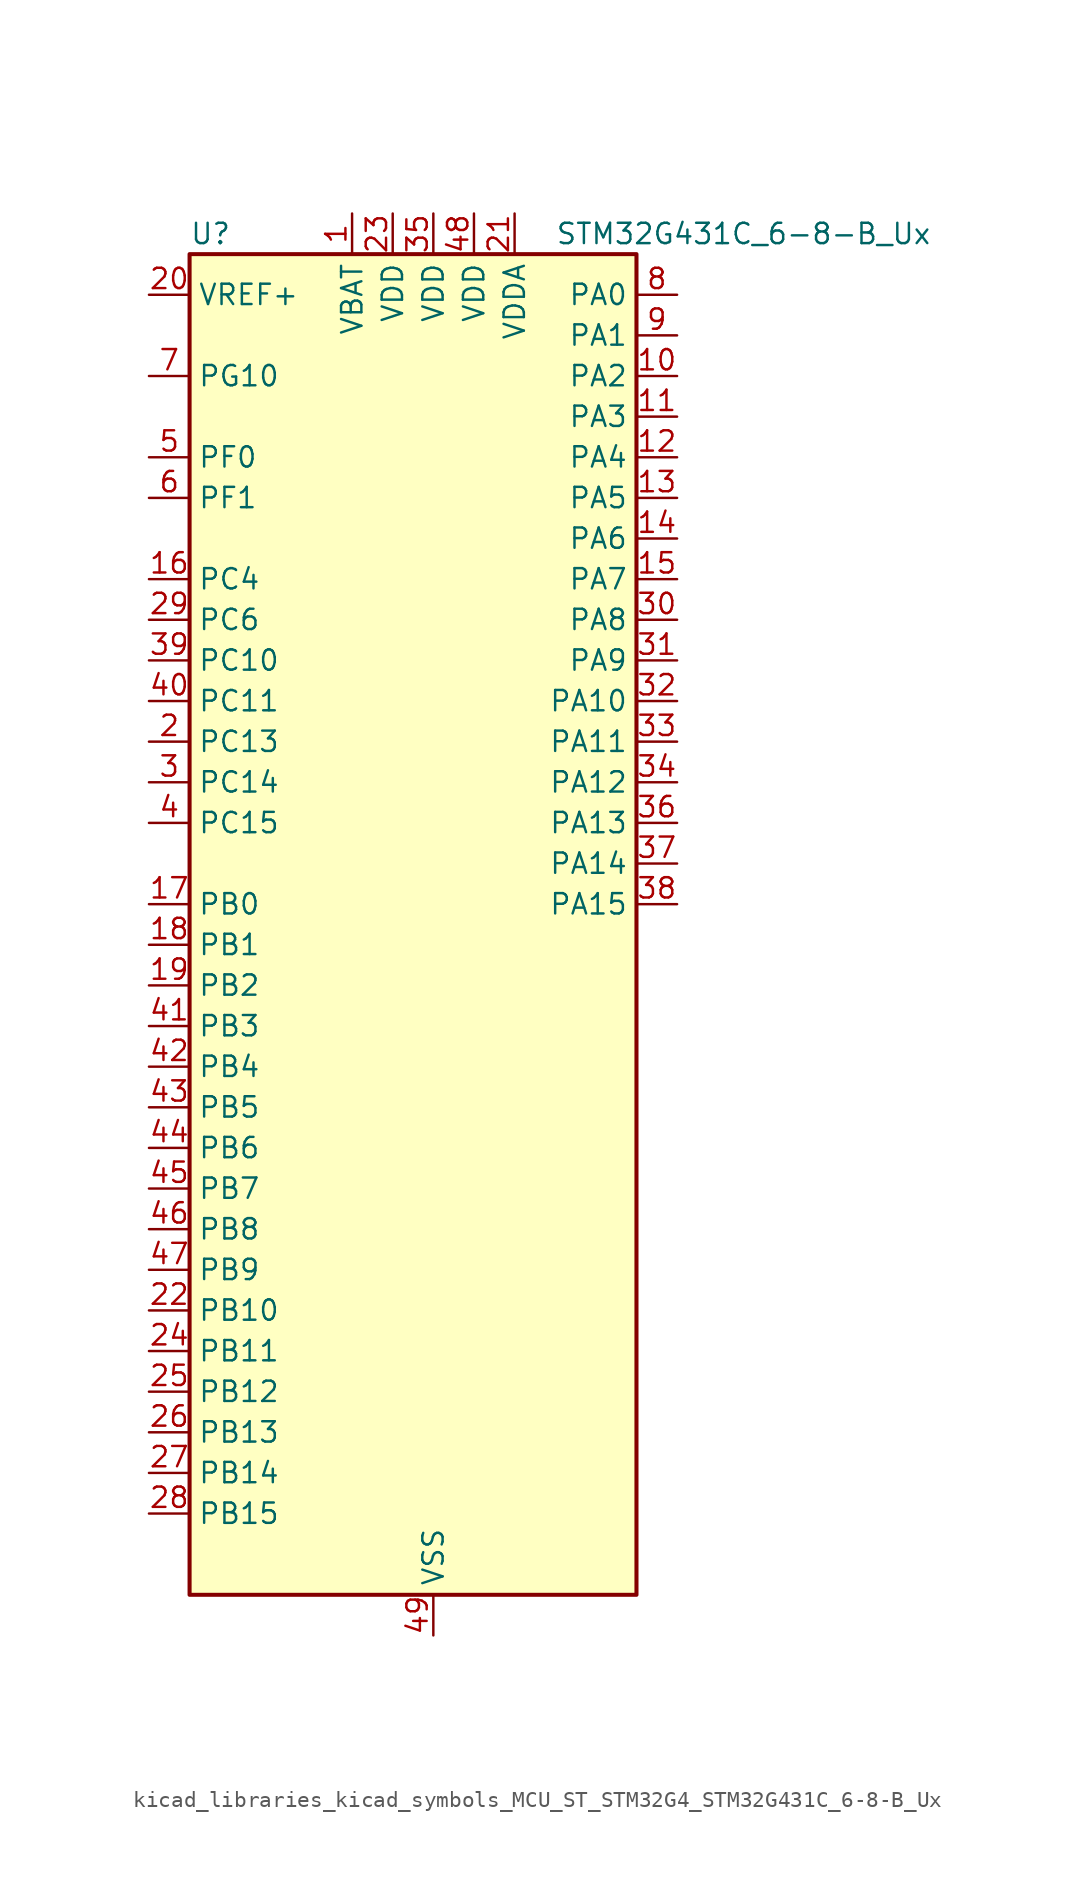
<source format=kicad_sym>
(kicad_symbol_lib
  (version 20220914)
  (generator kicad_symbol_editor)
  (symbol "kicad_libraries_kicad_symbols_MCU_ST_STM32G4_STM32G431C_6-8-B_Ux"
    (property "Reference" "U"
      (at -12.7 44.45 0)
      (effects (font (size 1.27 1.27)) (justify left)))
    (property "Value" "STM32G431C_6-8-B_Ux"
      (at 10.16 44.45 0)
      (effects (font (size 1.27 1.27)) (justify left)))
    (property "ki_locked" ""
      (at 0 0 0)
      (effects (font (size 1.27 1.27))))
    (symbol "kicad_libraries_kicad_symbols_MCU_ST_STM32G4_STM32G431C_6-8-B_Ux_0_1"
      (rectangle (start -12.7 -40.64) (end 15.24 43.18) (stroke (width 0.254) (type default)) (fill (type background))))
    (symbol "kicad_libraries_kicad_symbols_MCU_ST_STM32G4_STM32G431C_6-8-B_Ux_1_1"
      (pin power_in line (at -2.54 45.72 270) (length 2.54) (name "VBAT" (effects (font (size 1.27 1.27)))) (number "1" (effects (font (size 1.27 1.27)))))
      (pin bidirectional line (at 17.78 35.56 180) (length 2.54) (name "PA2" (effects (font (size 1.27 1.27)))) (number "10" (effects (font (size 1.27 1.27)))) (alternate "ADC1_IN3" bidirectional line) (alternate "COMP2_INM" bidirectional line) (alternate "COMP2_OUT" bidirectional line) (alternate "LPUART1_TX" bidirectional line) (alternate "OPAMP1_VOUT" bidirectional line) (alternate "RCC_LSCO" bidirectional line) (alternate "SYS_WKUP4" bidirectional line) (alternate "TIM15_CH1" bidirectional line) (alternate "TIM2_CH3" bidirectional line) (alternate "UCPD1_FRSTX1" bidirectional line) (alternate "UCPD1_FRSTX2" bidirectional line) (alternate "USART2_TX" bidirectional line))
      (pin bidirectional line (at 17.78 33.02 180) (length 2.54) (name "PA3" (effects (font (size 1.27 1.27)))) (number "11" (effects (font (size 1.27 1.27)))) (alternate "ADC1_IN4" bidirectional line) (alternate "COMP2_INP" bidirectional line) (alternate "LPUART1_RX" bidirectional line) (alternate "OPAMP1_VINM" bidirectional line) (alternate "OPAMP1_VINM0" bidirectional line) (alternate "OPAMP1_VINM_SEC" bidirectional line) (alternate "OPAMP1_VINP" bidirectional line) (alternate "OPAMP1_VINP_SEC" bidirectional line) (alternate "SAI1_CK1" bidirectional line) (alternate "SAI1_MCLK_A" bidirectional line) (alternate "TIM15_CH2" bidirectional line) (alternate "TIM2_CH4" bidirectional line) (alternate "USART2_RX" bidirectional line))
      (pin bidirectional line (at 17.78 30.48 180) (length 2.54) (name "PA4" (effects (font (size 1.27 1.27)))) (number "12" (effects (font (size 1.27 1.27)))) (alternate "ADC2_IN17" bidirectional line) (alternate "COMP1_INM" bidirectional line) (alternate "DAC1_OUT1" bidirectional line) (alternate "I2S3_WS" bidirectional line) (alternate "SAI1_FS_B" bidirectional line) (alternate "SPI1_NSS" bidirectional line) (alternate "SPI3_NSS" bidirectional line) (alternate "TIM3_CH2" bidirectional line) (alternate "USART2_CK" bidirectional line))
      (pin bidirectional line (at 17.78 27.94 180) (length 2.54) (name "PA5" (effects (font (size 1.27 1.27)))) (number "13" (effects (font (size 1.27 1.27)))) (alternate "ADC2_IN13" bidirectional line) (alternate "COMP2_INM" bidirectional line) (alternate "DAC1_OUT2" bidirectional line) (alternate "OPAMP2_VINM" bidirectional line) (alternate "OPAMP2_VINM0" bidirectional line) (alternate "OPAMP2_VINM_SEC" bidirectional line) (alternate "SPI1_SCK" bidirectional line) (alternate "TIM2_CH1" bidirectional line) (alternate "TIM2_ETR" bidirectional line) (alternate "UCPD1_FRSTX1" bidirectional line) (alternate "UCPD1_FRSTX2" bidirectional line))
      (pin bidirectional line (at 17.78 25.4 180) (length 2.54) (name "PA6" (effects (font (size 1.27 1.27)))) (number "14" (effects (font (size 1.27 1.27)))) (alternate "ADC2_IN3" bidirectional line) (alternate "COMP1_OUT" bidirectional line) (alternate "LPUART1_CTS" bidirectional line) (alternate "OPAMP2_VOUT" bidirectional line) (alternate "SPI1_MISO" bidirectional line) (alternate "TIM16_CH1" bidirectional line) (alternate "TIM1_BKIN" bidirectional line) (alternate "TIM3_CH1" bidirectional line) (alternate "TIM8_BKIN" bidirectional line))
      (pin bidirectional line (at 17.78 22.86 180) (length 2.54) (name "PA7" (effects (font (size 1.27 1.27)))) (number "15" (effects (font (size 1.27 1.27)))) (alternate "ADC2_IN4" bidirectional line) (alternate "COMP2_INP" bidirectional line) (alternate "COMP2_OUT" bidirectional line) (alternate "OPAMP1_VINP" bidirectional line) (alternate "OPAMP1_VINP_SEC" bidirectional line) (alternate "OPAMP2_VINP" bidirectional line) (alternate "OPAMP2_VINP_SEC" bidirectional line) (alternate "SPI1_MOSI" bidirectional line) (alternate "TIM17_CH1" bidirectional line) (alternate "TIM1_CH1N" bidirectional line) (alternate "TIM3_CH2" bidirectional line) (alternate "TIM8_CH1N" bidirectional line) (alternate "UCPD1_FRSTX1" bidirectional line) (alternate "UCPD1_FRSTX2" bidirectional line))
      (pin bidirectional line (at -15.24 22.86 0) (length 2.54) (name "PC4" (effects (font (size 1.27 1.27)))) (number "16" (effects (font (size 1.27 1.27)))) (alternate "ADC2_IN5" bidirectional line) (alternate "I2C2_SCL" bidirectional line) (alternate "TIM1_ETR" bidirectional line) (alternate "USART1_TX" bidirectional line))
      (pin bidirectional line (at -15.24 2.54 0) (length 2.54) (name "PB0" (effects (font (size 1.27 1.27)))) (number "17" (effects (font (size 1.27 1.27)))) (alternate "ADC1_IN15" bidirectional line) (alternate "COMP4_INP" bidirectional line) (alternate "OPAMP2_VINP" bidirectional line) (alternate "OPAMP2_VINP_SEC" bidirectional line) (alternate "OPAMP3_VINP" bidirectional line) (alternate "OPAMP3_VINP_SEC" bidirectional line) (alternate "TIM1_CH2N" bidirectional line) (alternate "TIM3_CH3" bidirectional line) (alternate "TIM8_CH2N" bidirectional line) (alternate "UCPD1_FRSTX1" bidirectional line) (alternate "UCPD1_FRSTX2" bidirectional line))
      (pin bidirectional line (at -15.24 0 0) (length 2.54) (name "PB1" (effects (font (size 1.27 1.27)))) (number "18" (effects (font (size 1.27 1.27)))) (alternate "ADC1_IN12" bidirectional line) (alternate "COMP1_INP" bidirectional line) (alternate "COMP4_OUT" bidirectional line) (alternate "LPUART1_DE" bidirectional line) (alternate "LPUART1_RTS" bidirectional line) (alternate "OPAMP3_VOUT" bidirectional line) (alternate "TIM1_CH3N" bidirectional line) (alternate "TIM3_CH4" bidirectional line) (alternate "TIM8_CH3N" bidirectional line))
      (pin bidirectional line (at -15.24 -2.54 0) (length 2.54) (name "PB2" (effects (font (size 1.27 1.27)))) (number "19" (effects (font (size 1.27 1.27)))) (alternate "ADC2_IN12" bidirectional line) (alternate "COMP4_INM" bidirectional line) (alternate "I2C3_SMBA" bidirectional line) (alternate "LPTIM1_OUT" bidirectional line) (alternate "OPAMP3_VINM" bidirectional line) (alternate "OPAMP3_VINM0" bidirectional line) (alternate "OPAMP3_VINM_SEC" bidirectional line) (alternate "RTC_OUT2" bidirectional line))
      (pin bidirectional line (at -15.24 12.7 0) (length 2.54) (name "PC13" (effects (font (size 1.27 1.27)))) (number "2" (effects (font (size 1.27 1.27)))) (alternate "RTC_OUT1" bidirectional line) (alternate "RTC_TAMP1" bidirectional line) (alternate "RTC_TS" bidirectional line) (alternate "SYS_WKUP2" bidirectional line) (alternate "TIM1_BKIN" bidirectional line) (alternate "TIM1_CH1N" bidirectional line) (alternate "TIM8_CH4N" bidirectional line))
      (pin input line (at -15.24 40.64 0) (length 2.54) (name "VREF+" (effects (font (size 1.27 1.27)))) (number "20" (effects (font (size 1.27 1.27)))) (alternate "VREFBUF_OUT" bidirectional line))
      (pin power_in line (at 7.62 45.72 270) (length 2.54) (name "VDDA" (effects (font (size 1.27 1.27)))) (number "21" (effects (font (size 1.27 1.27)))))
      (pin bidirectional line (at -15.24 -22.86 0) (length 2.54) (name "PB10" (effects (font (size 1.27 1.27)))) (number "22" (effects (font (size 1.27 1.27)))) (alternate "DAC1_EXTI10" bidirectional line) (alternate "DAC3_EXTI10" bidirectional line) (alternate "LPUART1_RX" bidirectional line) (alternate "OPAMP3_VINM" bidirectional line) (alternate "OPAMP3_VINM1" bidirectional line) (alternate "OPAMP3_VINM_SEC" bidirectional line) (alternate "SAI1_SCK_A" bidirectional line) (alternate "TIM1_BKIN" bidirectional line) (alternate "TIM2_CH3" bidirectional line) (alternate "USART3_TX" bidirectional line))
      (pin power_in line (at 0 45.72 270) (length 2.54) (name "VDD" (effects (font (size 1.27 1.27)))) (number "23" (effects (font (size 1.27 1.27)))))
      (pin bidirectional line (at -15.24 -25.4 0) (length 2.54) (name "PB11" (effects (font (size 1.27 1.27)))) (number "24" (effects (font (size 1.27 1.27)))) (alternate "ADC1_EXTI11" bidirectional line) (alternate "ADC1_IN14" bidirectional line) (alternate "ADC2_EXTI11" bidirectional line) (alternate "ADC2_IN14" bidirectional line) (alternate "LPUART1_TX" bidirectional line) (alternate "TIM2_CH4" bidirectional line) (alternate "USART3_RX" bidirectional line))
      (pin bidirectional line (at -15.24 -27.94 0) (length 2.54) (name "PB12" (effects (font (size 1.27 1.27)))) (number "25" (effects (font (size 1.27 1.27)))) (alternate "ADC1_IN11" bidirectional line) (alternate "I2C2_SMBA" bidirectional line) (alternate "I2S2_WS" bidirectional line) (alternate "LPUART1_DE" bidirectional line) (alternate "LPUART1_RTS" bidirectional line) (alternate "SPI2_NSS" bidirectional line) (alternate "TIM1_BKIN" bidirectional line) (alternate "USART3_CK" bidirectional line))
      (pin bidirectional line (at -15.24 -30.48 0) (length 2.54) (name "PB13" (effects (font (size 1.27 1.27)))) (number "26" (effects (font (size 1.27 1.27)))) (alternate "I2S2_CK" bidirectional line) (alternate "LPUART1_CTS" bidirectional line) (alternate "OPAMP3_VINP" bidirectional line) (alternate "OPAMP3_VINP_SEC" bidirectional line) (alternate "SPI2_SCK" bidirectional line) (alternate "TIM1_CH1N" bidirectional line) (alternate "USART3_CTS" bidirectional line) (alternate "USART3_NSS" bidirectional line))
      (pin bidirectional line (at -15.24 -33.02 0) (length 2.54) (name "PB14" (effects (font (size 1.27 1.27)))) (number "27" (effects (font (size 1.27 1.27)))) (alternate "ADC1_IN5" bidirectional line) (alternate "COMP4_OUT" bidirectional line) (alternate "OPAMP2_VINP" bidirectional line) (alternate "OPAMP2_VINP_SEC" bidirectional line) (alternate "SPI2_MISO" bidirectional line) (alternate "TIM15_CH1" bidirectional line) (alternate "TIM1_CH2N" bidirectional line) (alternate "USART3_DE" bidirectional line) (alternate "USART3_RTS" bidirectional line))
      (pin bidirectional line (at -15.24 -35.56 0) (length 2.54) (name "PB15" (effects (font (size 1.27 1.27)))) (number "28" (effects (font (size 1.27 1.27)))) (alternate "ADC1_EXTI15" bidirectional line) (alternate "ADC2_EXTI15" bidirectional line) (alternate "ADC2_IN15" bidirectional line) (alternate "COMP3_OUT" bidirectional line) (alternate "I2S2_SD" bidirectional line) (alternate "RTC_REFIN" bidirectional line) (alternate "SPI2_MOSI" bidirectional line) (alternate "TIM15_CH1N" bidirectional line) (alternate "TIM15_CH2" bidirectional line) (alternate "TIM1_CH3N" bidirectional line))
      (pin bidirectional line (at -15.24 20.32 0) (length 2.54) (name "PC6" (effects (font (size 1.27 1.27)))) (number "29" (effects (font (size 1.27 1.27)))) (alternate "I2S2_MCK" bidirectional line) (alternate "TIM3_CH1" bidirectional line) (alternate "TIM8_CH1" bidirectional line))
      (pin bidirectional line (at -15.24 10.16 0) (length 2.54) (name "PC14" (effects (font (size 1.27 1.27)))) (number "3" (effects (font (size 1.27 1.27)))) (alternate "RCC_OSC32_IN" bidirectional line))
      (pin bidirectional line (at 17.78 20.32 180) (length 2.54) (name "PA8" (effects (font (size 1.27 1.27)))) (number "30" (effects (font (size 1.27 1.27)))) (alternate "I2C2_SDA" bidirectional line) (alternate "I2C3_SCL" bidirectional line) (alternate "I2S2_MCK" bidirectional line) (alternate "RCC_MCO" bidirectional line) (alternate "SAI1_CK2" bidirectional line) (alternate "SAI1_SCK_A" bidirectional line) (alternate "TIM1_CH1" bidirectional line) (alternate "TIM4_ETR" bidirectional line) (alternate "USART1_CK" bidirectional line))
      (pin bidirectional line (at 17.78 17.78 180) (length 2.54) (name "PA9" (effects (font (size 1.27 1.27)))) (number "31" (effects (font (size 1.27 1.27)))) (alternate "DAC1_EXTI9" bidirectional line) (alternate "DAC3_EXTI9" bidirectional line) (alternate "I2C2_SCL" bidirectional line) (alternate "I2C3_SMBA" bidirectional line) (alternate "I2S3_MCK" bidirectional line) (alternate "SAI1_FS_A" bidirectional line) (alternate "TIM15_BKIN" bidirectional line) (alternate "TIM1_CH2" bidirectional line) (alternate "TIM2_CH3" bidirectional line) (alternate "UCPD1_DBCC1" bidirectional line) (alternate "USART1_TX" bidirectional line))
      (pin bidirectional line (at 17.78 15.24 180) (length 2.54) (name "PA10" (effects (font (size 1.27 1.27)))) (number "32" (effects (font (size 1.27 1.27)))) (alternate "CRS_SYNC" bidirectional line) (alternate "DAC1_EXTI10" bidirectional line) (alternate "DAC3_EXTI10" bidirectional line) (alternate "I2C2_SMBA" bidirectional line) (alternate "SAI1_D1" bidirectional line) (alternate "SAI1_SD_A" bidirectional line) (alternate "SPI2_MISO" bidirectional line) (alternate "TIM17_BKIN" bidirectional line) (alternate "TIM1_CH3" bidirectional line) (alternate "TIM2_CH4" bidirectional line) (alternate "TIM8_BKIN" bidirectional line) (alternate "UCPD1_DBCC2" bidirectional line) (alternate "USART1_RX" bidirectional line))
      (pin bidirectional line (at 17.78 12.7 180) (length 2.54) (name "PA11" (effects (font (size 1.27 1.27)))) (number "33" (effects (font (size 1.27 1.27)))) (alternate "ADC1_EXTI11" bidirectional line) (alternate "ADC2_EXTI11" bidirectional line) (alternate "COMP1_OUT" bidirectional line) (alternate "FDCAN1_RX" bidirectional line) (alternate "I2S2_SD" bidirectional line) (alternate "SPI2_MOSI" bidirectional line) (alternate "TIM1_BKIN2" bidirectional line) (alternate "TIM1_CH1N" bidirectional line) (alternate "TIM1_CH4" bidirectional line) (alternate "TIM4_CH1" bidirectional line) (alternate "USART1_CTS" bidirectional line) (alternate "USART1_NSS" bidirectional line) (alternate "USB_DM" bidirectional line))
      (pin bidirectional line (at 17.78 10.16 180) (length 2.54) (name "PA12" (effects (font (size 1.27 1.27)))) (number "34" (effects (font (size 1.27 1.27)))) (alternate "COMP2_OUT" bidirectional line) (alternate "FDCAN1_TX" bidirectional line) (alternate "I2S_CKIN" bidirectional line) (alternate "TIM16_CH1" bidirectional line) (alternate "TIM1_CH2N" bidirectional line) (alternate "TIM1_ETR" bidirectional line) (alternate "TIM4_CH2" bidirectional line) (alternate "USART1_DE" bidirectional line) (alternate "USART1_RTS" bidirectional line) (alternate "USB_DP" bidirectional line))
      (pin power_in line (at 2.54 45.72 270) (length 2.54) (name "VDD" (effects (font (size 1.27 1.27)))) (number "35" (effects (font (size 1.27 1.27)))))
      (pin bidirectional line (at 17.78 7.62 180) (length 2.54) (name "PA13" (effects (font (size 1.27 1.27)))) (number "36" (effects (font (size 1.27 1.27)))) (alternate "I2C1_SCL" bidirectional line) (alternate "IR_OUT" bidirectional line) (alternate "SAI1_SD_B" bidirectional line) (alternate "SYS_JTMS-SWDIO" bidirectional line) (alternate "TIM16_CH1N" bidirectional line) (alternate "TIM4_CH3" bidirectional line) (alternate "USART3_CTS" bidirectional line) (alternate "USART3_NSS" bidirectional line))
      (pin bidirectional line (at 17.78 5.08 180) (length 2.54) (name "PA14" (effects (font (size 1.27 1.27)))) (number "37" (effects (font (size 1.27 1.27)))) (alternate "I2C1_SDA" bidirectional line) (alternate "LPTIM1_OUT" bidirectional line) (alternate "SAI1_FS_B" bidirectional line) (alternate "SYS_JTCK-SWCLK" bidirectional line) (alternate "TIM1_BKIN" bidirectional line) (alternate "TIM8_CH2" bidirectional line) (alternate "USART2_TX" bidirectional line))
      (pin bidirectional line (at 17.78 2.54 180) (length 2.54) (name "PA15" (effects (font (size 1.27 1.27)))) (number "38" (effects (font (size 1.27 1.27)))) (alternate "ADC1_EXTI15" bidirectional line) (alternate "ADC2_EXTI15" bidirectional line) (alternate "I2C1_SCL" bidirectional line) (alternate "I2S3_WS" bidirectional line) (alternate "SPI1_NSS" bidirectional line) (alternate "SPI3_NSS" bidirectional line) (alternate "SYS_JTDI" bidirectional line) (alternate "TIM1_BKIN" bidirectional line) (alternate "TIM2_CH1" bidirectional line) (alternate "TIM2_ETR" bidirectional line) (alternate "TIM8_CH1" bidirectional line) (alternate "USART2_RX" bidirectional line))
      (pin bidirectional line (at -15.24 17.78 0) (length 2.54) (name "PC10" (effects (font (size 1.27 1.27)))) (number "39" (effects (font (size 1.27 1.27)))) (alternate "DAC1_EXTI10" bidirectional line) (alternate "DAC3_EXTI10" bidirectional line) (alternate "I2S3_CK" bidirectional line) (alternate "SPI3_SCK" bidirectional line) (alternate "TIM8_CH1N" bidirectional line) (alternate "USART3_TX" bidirectional line))
      (pin bidirectional line (at -15.24 7.62 0) (length 2.54) (name "PC15" (effects (font (size 1.27 1.27)))) (number "4" (effects (font (size 1.27 1.27)))) (alternate "ADC1_EXTI15" bidirectional line) (alternate "ADC2_EXTI15" bidirectional line) (alternate "RCC_OSC32_OUT" bidirectional line))
      (pin bidirectional line (at -15.24 15.24 0) (length 2.54) (name "PC11" (effects (font (size 1.27 1.27)))) (number "40" (effects (font (size 1.27 1.27)))) (alternate "ADC1_EXTI11" bidirectional line) (alternate "ADC2_EXTI11" bidirectional line) (alternate "I2C3_SDA" bidirectional line) (alternate "SPI3_MISO" bidirectional line) (alternate "TIM8_CH2N" bidirectional line) (alternate "USART3_RX" bidirectional line))
      (pin bidirectional line (at -15.24 -5.08 0) (length 2.54) (name "PB3" (effects (font (size 1.27 1.27)))) (number "41" (effects (font (size 1.27 1.27)))) (alternate "CRS_SYNC" bidirectional line) (alternate "I2S3_CK" bidirectional line) (alternate "SAI1_SCK_B" bidirectional line) (alternate "SPI1_SCK" bidirectional line) (alternate "SPI3_SCK" bidirectional line) (alternate "SYS_JTDO-SWO" bidirectional line) (alternate "TIM2_CH2" bidirectional line) (alternate "TIM3_ETR" bidirectional line) (alternate "TIM4_ETR" bidirectional line) (alternate "TIM8_CH1N" bidirectional line) (alternate "USART2_TX" bidirectional line))
      (pin bidirectional line (at -15.24 -7.62 0) (length 2.54) (name "PB4" (effects (font (size 1.27 1.27)))) (number "42" (effects (font (size 1.27 1.27)))) (alternate "SAI1_MCLK_B" bidirectional line) (alternate "SPI1_MISO" bidirectional line) (alternate "SPI3_MISO" bidirectional line) (alternate "SYS_JTRST" bidirectional line) (alternate "TIM16_CH1" bidirectional line) (alternate "TIM17_BKIN" bidirectional line) (alternate "TIM3_CH1" bidirectional line) (alternate "TIM8_CH2N" bidirectional line) (alternate "UCPD1_CC2" bidirectional line) (alternate "USART2_RX" bidirectional line))
      (pin bidirectional line (at -15.24 -10.16 0) (length 2.54) (name "PB5" (effects (font (size 1.27 1.27)))) (number "43" (effects (font (size 1.27 1.27)))) (alternate "I2C1_SMBA" bidirectional line) (alternate "I2C3_SDA" bidirectional line) (alternate "I2S3_SD" bidirectional line) (alternate "LPTIM1_IN1" bidirectional line) (alternate "SAI1_SD_B" bidirectional line) (alternate "SPI1_MOSI" bidirectional line) (alternate "SPI3_MOSI" bidirectional line) (alternate "TIM16_BKIN" bidirectional line) (alternate "TIM17_CH1" bidirectional line) (alternate "TIM3_CH2" bidirectional line) (alternate "TIM8_CH3N" bidirectional line) (alternate "USART2_CK" bidirectional line))
      (pin bidirectional line (at -15.24 -12.7 0) (length 2.54) (name "PB6" (effects (font (size 1.27 1.27)))) (number "44" (effects (font (size 1.27 1.27)))) (alternate "COMP4_OUT" bidirectional line) (alternate "LPTIM1_ETR" bidirectional line) (alternate "SAI1_FS_B" bidirectional line) (alternate "TIM16_CH1N" bidirectional line) (alternate "TIM4_CH1" bidirectional line) (alternate "TIM8_BKIN2" bidirectional line) (alternate "TIM8_CH1" bidirectional line) (alternate "TIM8_ETR" bidirectional line) (alternate "UCPD1_CC1" bidirectional line) (alternate "USART1_TX" bidirectional line))
      (pin bidirectional line (at -15.24 -15.24 0) (length 2.54) (name "PB7" (effects (font (size 1.27 1.27)))) (number "45" (effects (font (size 1.27 1.27)))) (alternate "COMP3_OUT" bidirectional line) (alternate "I2C1_SDA" bidirectional line) (alternate "LPTIM1_IN2" bidirectional line) (alternate "SYS_PVD_IN" bidirectional line) (alternate "TIM17_CH1N" bidirectional line) (alternate "TIM3_CH4" bidirectional line) (alternate "TIM4_CH2" bidirectional line) (alternate "TIM8_BKIN" bidirectional line) (alternate "USART1_RX" bidirectional line))
      (pin bidirectional line (at -15.24 -17.78 0) (length 2.54) (name "PB8" (effects (font (size 1.27 1.27)))) (number "46" (effects (font (size 1.27 1.27)))) (alternate "COMP1_OUT" bidirectional line) (alternate "FDCAN1_RX" bidirectional line) (alternate "I2C1_SCL" bidirectional line) (alternate "SAI1_CK1" bidirectional line) (alternate "SAI1_MCLK_A" bidirectional line) (alternate "TIM16_CH1" bidirectional line) (alternate "TIM1_BKIN" bidirectional line) (alternate "TIM4_CH3" bidirectional line) (alternate "TIM8_CH2" bidirectional line) (alternate "USART3_RX" bidirectional line))
      (pin bidirectional line (at -15.24 -20.32 0) (length 2.54) (name "PB9" (effects (font (size 1.27 1.27)))) (number "47" (effects (font (size 1.27 1.27)))) (alternate "COMP2_OUT" bidirectional line) (alternate "DAC1_EXTI9" bidirectional line) (alternate "DAC3_EXTI9" bidirectional line) (alternate "FDCAN1_TX" bidirectional line) (alternate "I2C1_SDA" bidirectional line) (alternate "IR_OUT" bidirectional line) (alternate "SAI1_D2" bidirectional line) (alternate "SAI1_FS_A" bidirectional line) (alternate "TIM17_CH1" bidirectional line) (alternate "TIM1_CH3N" bidirectional line) (alternate "TIM4_CH4" bidirectional line) (alternate "TIM8_CH3" bidirectional line) (alternate "USART3_TX" bidirectional line))
      (pin power_in line (at 5.08 45.72 270) (length 2.54) (name "VDD" (effects (font (size 1.27 1.27)))) (number "48" (effects (font (size 1.27 1.27)))))
      (pin power_in line (at 2.54 -43.18 90) (length 2.54) (name "VSS" (effects (font (size 1.27 1.27)))) (number "49" (effects (font (size 1.27 1.27)))))
      (pin bidirectional line (at -15.24 30.48 0) (length 2.54) (name "PF0" (effects (font (size 1.27 1.27)))) (number "5" (effects (font (size 1.27 1.27)))) (alternate "ADC1_IN10" bidirectional line) (alternate "I2C2_SDA" bidirectional line) (alternate "I2S2_WS" bidirectional line) (alternate "RCC_OSC_IN" bidirectional line) (alternate "SPI2_NSS" bidirectional line) (alternate "TIM1_CH3N" bidirectional line))
      (pin bidirectional line (at -15.24 27.94 0) (length 2.54) (name "PF1" (effects (font (size 1.27 1.27)))) (number "6" (effects (font (size 1.27 1.27)))) (alternate "ADC2_IN10" bidirectional line) (alternate "COMP3_INM" bidirectional line) (alternate "I2S2_CK" bidirectional line) (alternate "RCC_OSC_OUT" bidirectional line) (alternate "SPI2_SCK" bidirectional line))
      (pin bidirectional line (at -15.24 35.56 0) (length 2.54) (name "PG10" (effects (font (size 1.27 1.27)))) (number "7" (effects (font (size 1.27 1.27)))) (alternate "DAC1_EXTI10" bidirectional line) (alternate "DAC3_EXTI10" bidirectional line) (alternate "RCC_MCO" bidirectional line))
      (pin bidirectional line (at 17.78 40.64 180) (length 2.54) (name "PA0" (effects (font (size 1.27 1.27)))) (number "8" (effects (font (size 1.27 1.27)))) (alternate "ADC1_IN1" bidirectional line) (alternate "ADC2_IN1" bidirectional line) (alternate "COMP1_INM" bidirectional line) (alternate "COMP1_OUT" bidirectional line) (alternate "COMP3_INP" bidirectional line) (alternate "RTC_TAMP2" bidirectional line) (alternate "SYS_WKUP1" bidirectional line) (alternate "TIM2_CH1" bidirectional line) (alternate "TIM2_ETR" bidirectional line) (alternate "TIM8_BKIN" bidirectional line) (alternate "TIM8_ETR" bidirectional line) (alternate "USART2_CTS" bidirectional line) (alternate "USART2_NSS" bidirectional line))
      (pin bidirectional line (at 17.78 38.1 180) (length 2.54) (name "PA1" (effects (font (size 1.27 1.27)))) (number "9" (effects (font (size 1.27 1.27)))) (alternate "ADC1_IN2" bidirectional line) (alternate "ADC2_IN2" bidirectional line) (alternate "COMP1_INP" bidirectional line) (alternate "OPAMP1_VINP" bidirectional line) (alternate "OPAMP1_VINP_SEC" bidirectional line) (alternate "OPAMP3_VINP" bidirectional line) (alternate "OPAMP3_VINP_SEC" bidirectional line) (alternate "RTC_REFIN" bidirectional line) (alternate "TIM15_CH1N" bidirectional line) (alternate "TIM2_CH2" bidirectional line) (alternate "USART2_DE" bidirectional line) (alternate "USART2_RTS" bidirectional line)))))
</source>
